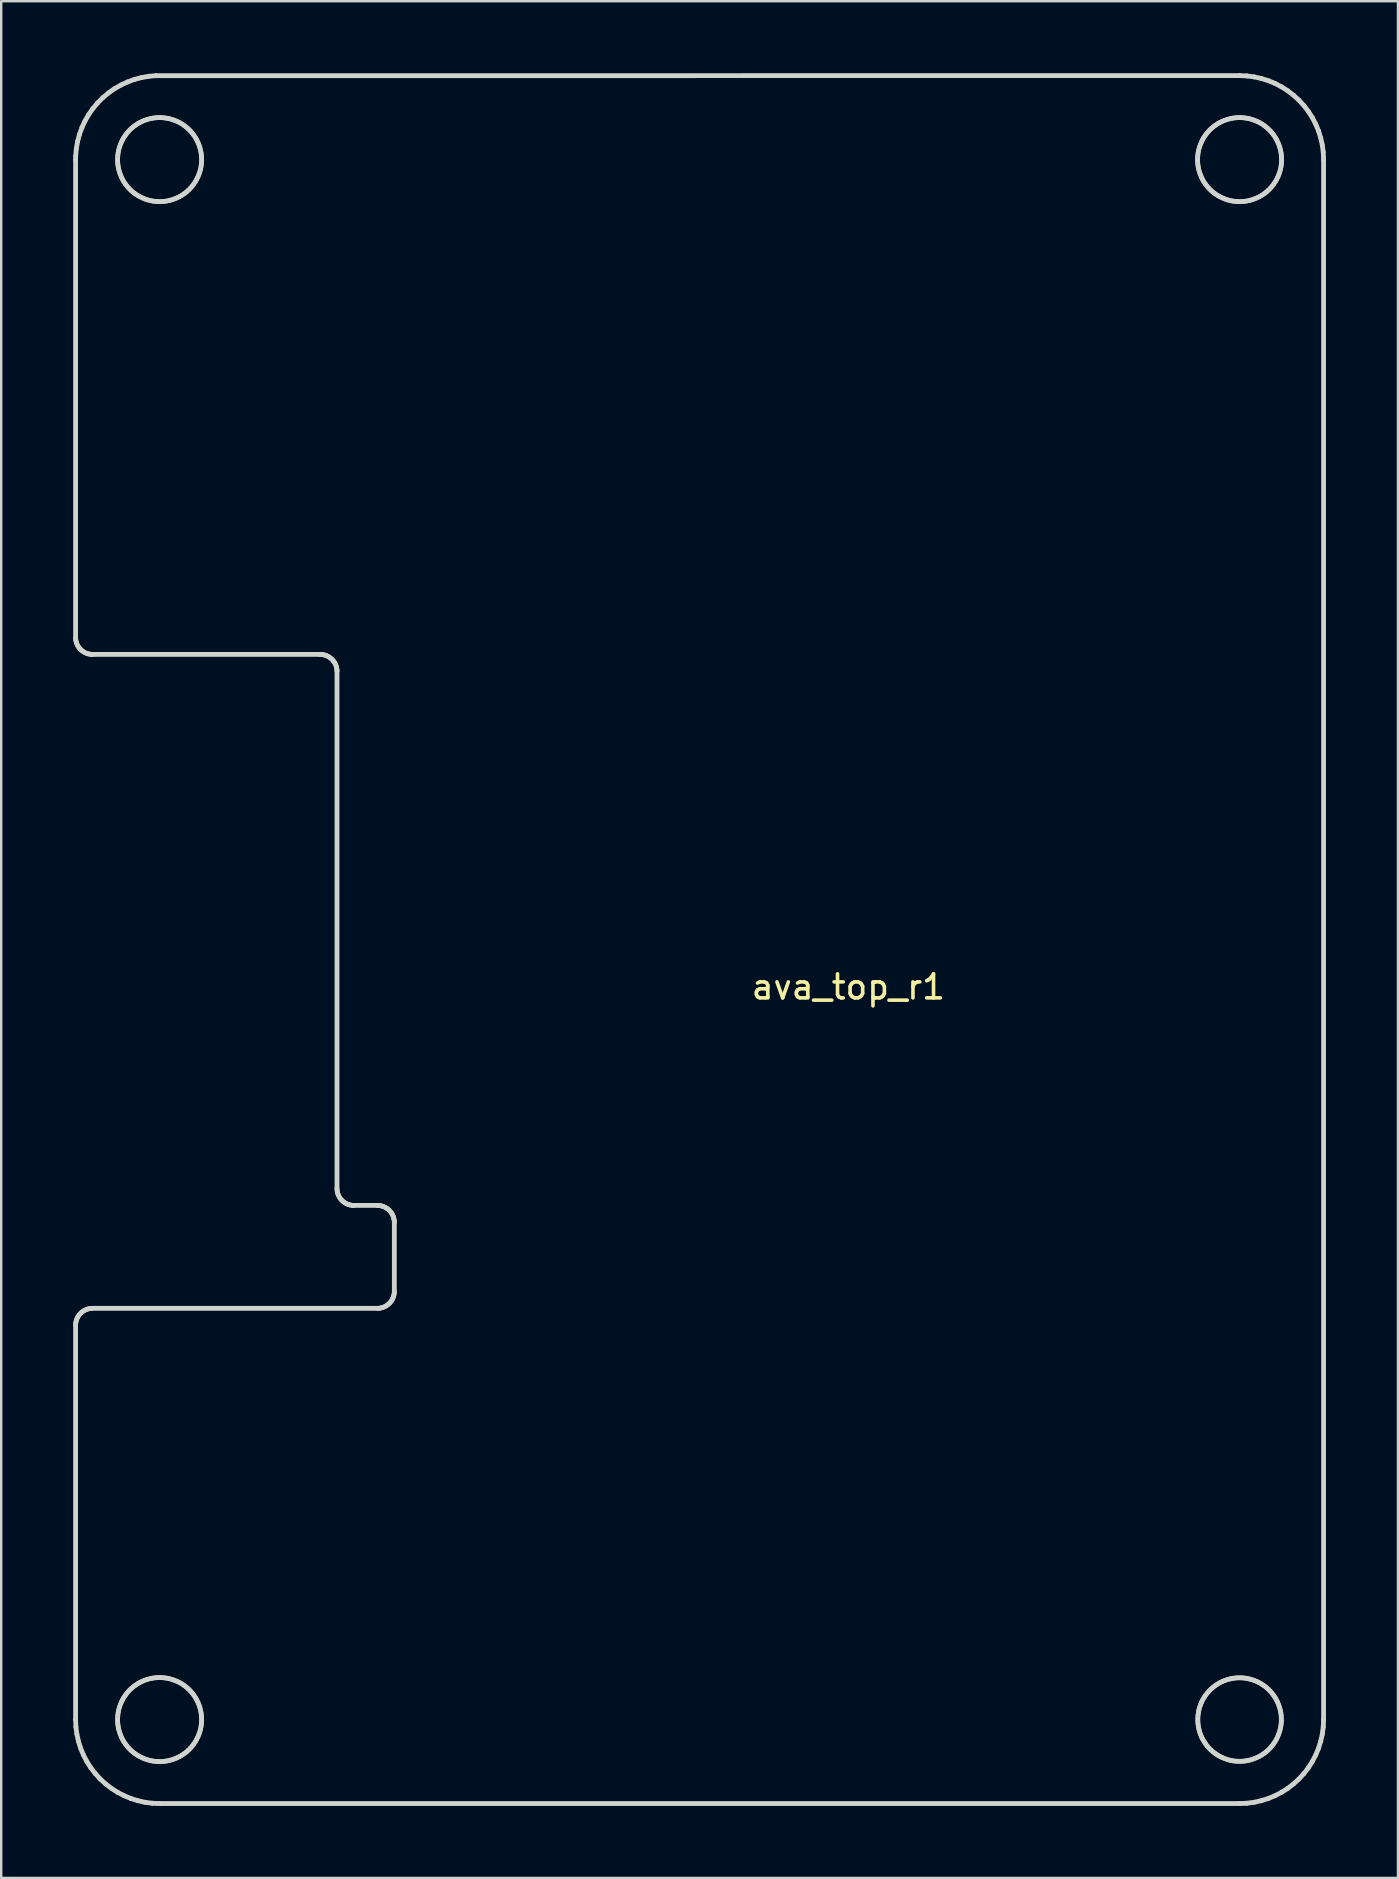
<source format=kicad_pcb>
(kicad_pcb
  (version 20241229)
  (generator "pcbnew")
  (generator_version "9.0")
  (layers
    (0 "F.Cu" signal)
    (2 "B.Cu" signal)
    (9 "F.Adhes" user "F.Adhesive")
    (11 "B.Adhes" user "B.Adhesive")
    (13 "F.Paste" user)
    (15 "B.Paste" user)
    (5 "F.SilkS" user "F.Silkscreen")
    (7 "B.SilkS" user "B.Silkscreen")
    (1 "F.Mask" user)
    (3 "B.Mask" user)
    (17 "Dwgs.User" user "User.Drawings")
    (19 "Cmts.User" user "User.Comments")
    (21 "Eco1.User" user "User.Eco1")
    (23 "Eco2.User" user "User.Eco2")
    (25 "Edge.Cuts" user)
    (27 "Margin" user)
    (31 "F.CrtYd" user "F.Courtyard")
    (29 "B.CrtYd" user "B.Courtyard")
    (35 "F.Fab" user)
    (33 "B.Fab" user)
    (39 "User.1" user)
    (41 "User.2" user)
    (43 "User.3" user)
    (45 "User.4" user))
  (footprint "ava_top_r1"
    (layer "F.Cu")
    (at 32.3 37.574)
    (property "Reference" "ava_top_r1" (at 0 0.5 0) (layer "F.SilkS") (effects (font (size 1 1) (thickness 0.15))))
    (attr through_hole)
    (fp_line (start -32.2 -33.974) (end -32.2 -14.063) (stroke (width 0.2) (type solid)) (layer "Edge.Cuts"))
    (fp_line (start -32.2 -14.063) (end -32.197 -14.002) (stroke (width 0.2) (type solid)) (layer "Edge.Cuts"))
    (fp_line (start -32.2 14.598) (end -32.2 31.026) (stroke (width 0.2) (type solid)) (layer "Edge.Cuts"))
    (fp_line (start -32.2 31.026) (end -32.2 31.026) (stroke (width 0.2) (type solid)) (layer "Edge.Cuts"))
    (fp_line (start -32.2 31.026) (end -32.187 31.331) (stroke (width 0.2) (type solid)) (layer "Edge.Cuts"))
    (fp_line (start -32.197 -14.002) (end -32.189 -13.941) (stroke (width 0.2) (type solid)) (layer "Edge.Cuts"))
    (fp_line (start -32.197 14.537) (end -32.2 14.598) (stroke (width 0.2) (type solid)) (layer "Edge.Cuts"))
    (fp_line (start -32.197 -34.126) (end -32.2 -33.974) (stroke (width 0.2) (type solid)) (layer "Edge.Cuts"))
    (fp_line (start -32.189 -13.941) (end -32.176 -13.88) (stroke (width 0.2) (type solid)) (layer "Edge.Cuts"))
    (fp_line (start -32.189 14.476) (end -32.197 14.537) (stroke (width 0.2) (type solid)) (layer "Edge.Cuts"))
    (fp_line (start -32.187 31.331) (end -32.147 31.634) (stroke (width 0.2) (type solid)) (layer "Edge.Cuts"))
    (fp_line (start -32.176 -13.88) (end -32.157 -13.821) (stroke (width 0.2) (type solid)) (layer "Edge.Cuts"))
    (fp_line (start -32.176 14.415) (end -32.189 14.476) (stroke (width 0.2) (type solid)) (layer "Edge.Cuts"))
    (fp_line (start -32.17 -34.43) (end -32.197 -34.126) (stroke (width 0.2) (type solid)) (layer "Edge.Cuts"))
    (fp_line (start -32.157 -13.821) (end -32.134 -13.764) (stroke (width 0.2) (type solid)) (layer "Edge.Cuts"))
    (fp_line (start -32.157 14.357) (end -32.176 14.415) (stroke (width 0.2) (type solid)) (layer "Edge.Cuts"))
    (fp_line (start -32.147 31.634) (end -32.081 31.932) (stroke (width 0.2) (type solid)) (layer "Edge.Cuts"))
    (fp_line (start -32.134 -13.764) (end -32.105 -13.71) (stroke (width 0.2) (type solid)) (layer "Edge.Cuts"))
    (fp_line (start -32.134 14.3) (end -32.157 14.357) (stroke (width 0.2) (type solid)) (layer "Edge.Cuts"))
    (fp_line (start -32.117 -34.731) (end -32.17 -34.43) (stroke (width 0.2) (type solid)) (layer "Edge.Cuts"))
    (fp_line (start -32.105 -13.71) (end -32.072 -13.658) (stroke (width 0.2) (type solid)) (layer "Edge.Cuts"))
    (fp_line (start -32.105 14.245) (end -32.134 14.3) (stroke (width 0.2) (type solid)) (layer "Edge.Cuts"))
    (fp_line (start -32.081 31.932) (end -31.989 32.223) (stroke (width 0.2) (type solid)) (layer "Edge.Cuts"))
    (fp_line (start -32.072 -13.658) (end -32.034 -13.609) (stroke (width 0.2) (type solid)) (layer "Edge.Cuts"))
    (fp_line (start -32.072 14.193) (end -32.105 14.245) (stroke (width 0.2) (type solid)) (layer "Edge.Cuts"))
    (fp_line (start -32.038 -35.026) (end -32.117 -34.731) (stroke (width 0.2) (type solid)) (layer "Edge.Cuts"))
    (fp_line (start -32.034 -13.609) (end -31.993 -13.563) (stroke (width 0.2) (type solid)) (layer "Edge.Cuts"))
    (fp_line (start -32.034 14.144) (end -32.072 14.193) (stroke (width 0.2) (type solid)) (layer "Edge.Cuts"))
    (fp_line (start -31.993 -13.563) (end -31.947 -13.522) (stroke (width 0.2) (type solid)) (layer "Edge.Cuts"))
    (fp_line (start -31.993 14.098) (end -32.034 14.144) (stroke (width 0.2) (type solid)) (layer "Edge.Cuts"))
    (fp_line (start -31.989 32.223) (end -31.872 32.505) (stroke (width 0.2) (type solid)) (layer "Edge.Cuts"))
    (fp_line (start -31.947 -13.522) (end -31.898 -13.484) (stroke (width 0.2) (type solid)) (layer "Edge.Cuts"))
    (fp_line (start -31.947 14.057) (end -31.993 14.098) (stroke (width 0.2) (type solid)) (layer "Edge.Cuts"))
    (fp_line (start -31.934 -35.313) (end -32.038 -35.026) (stroke (width 0.2) (type solid)) (layer "Edge.Cuts"))
    (fp_line (start -31.898 -13.484) (end -31.846 -13.451) (stroke (width 0.2) (type solid)) (layer "Edge.Cuts"))
    (fp_line (start -31.898 14.019) (end -31.947 14.057) (stroke (width 0.2) (type solid)) (layer "Edge.Cuts"))
    (fp_line (start -31.872 32.505) (end -31.731 32.776) (stroke (width 0.2) (type solid)) (layer "Edge.Cuts"))
    (fp_line (start -31.846 -13.451) (end -31.792 -13.422) (stroke (width 0.2) (type solid)) (layer "Edge.Cuts"))
    (fp_line (start -31.846 13.986) (end -31.898 14.019) (stroke (width 0.2) (type solid)) (layer "Edge.Cuts"))
    (fp_line (start -31.805 -35.59) (end -31.934 -35.313) (stroke (width 0.2) (type solid)) (layer "Edge.Cuts"))
    (fp_line (start -31.792 -13.422) (end -31.735 -13.399) (stroke (width 0.2) (type solid)) (layer "Edge.Cuts"))
    (fp_line (start -31.792 13.958) (end -31.846 13.986) (stroke (width 0.2) (type solid)) (layer "Edge.Cuts"))
    (fp_line (start -31.735 -13.399) (end -31.676 -13.38) (stroke (width 0.2) (type solid)) (layer "Edge.Cuts"))
    (fp_line (start -31.735 13.934) (end -31.792 13.958) (stroke (width 0.2) (type solid)) (layer "Edge.Cuts"))
    (fp_line (start -31.731 32.776) (end -31.567 33.034) (stroke (width 0.2) (type solid)) (layer "Edge.Cuts"))
    (fp_line (start -31.676 -13.38) (end -31.616 -13.367) (stroke (width 0.2) (type solid)) (layer "Edge.Cuts"))
    (fp_line (start -31.676 13.915) (end -31.735 13.934) (stroke (width 0.2) (type solid)) (layer "Edge.Cuts"))
    (fp_line (start -31.652 -35.854) (end -31.805 -35.59) (stroke (width 0.2) (type solid)) (layer "Edge.Cuts"))
    (fp_line (start -31.616 -13.367) (end -31.554 -13.359) (stroke (width 0.2) (type solid)) (layer "Edge.Cuts"))
    (fp_line (start -31.616 13.902) (end -31.676 13.915) (stroke (width 0.2) (type solid)) (layer "Edge.Cuts"))
    (fp_line (start -31.567 33.034) (end -31.381 33.276) (stroke (width 0.2) (type solid)) (layer "Edge.Cuts"))
    (fp_line (start -31.554 -13.359) (end -31.493 -13.356) (stroke (width 0.2) (type solid)) (layer "Edge.Cuts"))
    (fp_line (start -31.554 13.894) (end -31.616 13.902) (stroke (width 0.2) (type solid)) (layer "Edge.Cuts"))
    (fp_line (start -31.493 -13.356) (end -22.015 -13.356) (stroke (width 0.2) (type solid)) (layer "Edge.Cuts"))
    (fp_line (start -31.493 13.891) (end -31.554 13.894) (stroke (width 0.2) (type solid)) (layer "Edge.Cuts"))
    (fp_line (start -31.477 -36.104) (end -31.652 -35.854) (stroke (width 0.2) (type solid)) (layer "Edge.Cuts"))
    (fp_line (start -31.381 33.276) (end -31.175 33.501) (stroke (width 0.2) (type solid)) (layer "Edge.Cuts"))
    (fp_line (start -31.281 -36.338) (end -31.477 -36.104) (stroke (width 0.2) (type solid)) (layer "Edge.Cuts"))
    (fp_line (start -31.175 33.501) (end -30.95 33.707) (stroke (width 0.2) (type solid)) (layer "Edge.Cuts"))
    (fp_line (start -31.065 -36.554) (end -31.281 -36.338) (stroke (width 0.2) (type solid)) (layer "Edge.Cuts"))
    (fp_line (start -30.95 33.707) (end -30.707 33.893) (stroke (width 0.2) (type solid)) (layer "Edge.Cuts"))
    (fp_line (start -30.831 -36.75) (end -31.065 -36.554) (stroke (width 0.2) (type solid)) (layer "Edge.Cuts"))
    (fp_line (start -30.707 33.893) (end -30.45 34.057) (stroke (width 0.2) (type solid)) (layer "Edge.Cuts"))
    (fp_line (start -30.581 -36.926) (end -30.831 -36.75) (stroke (width 0.2) (type solid)) (layer "Edge.Cuts"))
    (fp_line (start -30.45 -34.031) (end -30.45 -33.917) (stroke (width 0.2) (type solid)) (layer "Edge.Cuts"))
    (fp_line (start -30.45 -33.917) (end -30.442 -33.802) (stroke (width 0.2) (type solid)) (layer "Edge.Cuts"))
    (fp_line (start -30.45 30.969) (end -30.45 31.083) (stroke (width 0.2) (type solid)) (layer "Edge.Cuts"))
    (fp_line (start -30.45 31.083) (end -30.442 31.198) (stroke (width 0.2) (type solid)) (layer "Edge.Cuts"))
    (fp_line (start -30.45 34.057) (end -30.179 34.198) (stroke (width 0.2) (type solid)) (layer "Edge.Cuts"))
    (fp_line (start -30.442 -34.146) (end -30.45 -34.031) (stroke (width 0.2) (type solid)) (layer "Edge.Cuts"))
    (fp_line (start -30.442 -33.802) (end -30.427 -33.689) (stroke (width 0.2) (type solid)) (layer "Edge.Cuts"))
    (fp_line (start -30.442 30.854) (end -30.45 30.969) (stroke (width 0.2) (type solid)) (layer "Edge.Cuts"))
    (fp_line (start -30.442 31.198) (end -30.427 31.311) (stroke (width 0.2) (type solid)) (layer "Edge.Cuts"))
    (fp_line (start -30.427 -34.259) (end -30.442 -34.146) (stroke (width 0.2) (type solid)) (layer "Edge.Cuts"))
    (fp_line (start -30.427 -33.689) (end -30.405 -33.576) (stroke (width 0.2) (type solid)) (layer "Edge.Cuts"))
    (fp_line (start -30.427 30.741) (end -30.442 30.854) (stroke (width 0.2) (type solid)) (layer "Edge.Cuts"))
    (fp_line (start -30.427 31.311) (end -30.405 31.424) (stroke (width 0.2) (type solid)) (layer "Edge.Cuts"))
    (fp_line (start -30.405 -34.371) (end -30.427 -34.259) (stroke (width 0.2) (type solid)) (layer "Edge.Cuts"))
    (fp_line (start -30.405 -33.576) (end -30.375 -33.466) (stroke (width 0.2) (type solid)) (layer "Edge.Cuts"))
    (fp_line (start -30.405 30.629) (end -30.427 30.741) (stroke (width 0.2) (type solid)) (layer "Edge.Cuts"))
    (fp_line (start -30.405 31.424) (end -30.375 31.534) (stroke (width 0.2) (type solid)) (layer "Edge.Cuts"))
    (fp_line (start -30.375 -34.482) (end -30.405 -34.371) (stroke (width 0.2) (type solid)) (layer "Edge.Cuts"))
    (fp_line (start -30.375 -33.466) (end -30.339 -33.357) (stroke (width 0.2) (type solid)) (layer "Edge.Cuts"))
    (fp_line (start -30.375 30.518) (end -30.405 30.629) (stroke (width 0.2) (type solid)) (layer "Edge.Cuts"))
    (fp_line (start -30.375 31.534) (end -30.339 31.643) (stroke (width 0.2) (type solid)) (layer "Edge.Cuts"))
    (fp_line (start -30.339 -34.591) (end -30.375 -34.482) (stroke (width 0.2) (type solid)) (layer "Edge.Cuts"))
    (fp_line (start -30.339 -33.357) (end -30.295 -33.251) (stroke (width 0.2) (type solid)) (layer "Edge.Cuts"))
    (fp_line (start -30.339 30.409) (end -30.375 30.518) (stroke (width 0.2) (type solid)) (layer "Edge.Cuts"))
    (fp_line (start -30.339 31.643) (end -30.295 31.749) (stroke (width 0.2) (type solid)) (layer "Edge.Cuts"))
    (fp_line (start -30.316 -37.078) (end -30.581 -36.926) (stroke (width 0.2) (type solid)) (layer "Edge.Cuts"))
    (fp_line (start -30.295 -34.697) (end -30.339 -34.591) (stroke (width 0.2) (type solid)) (layer "Edge.Cuts"))
    (fp_line (start -30.295 -33.251) (end -30.244 -33.149) (stroke (width 0.2) (type solid)) (layer "Edge.Cuts"))
    (fp_line (start -30.295 30.303) (end -30.339 30.409) (stroke (width 0.2) (type solid)) (layer "Edge.Cuts"))
    (fp_line (start -30.295 31.749) (end -30.244 31.851) (stroke (width 0.2) (type solid)) (layer "Edge.Cuts"))
    (fp_line (start -30.244 -34.799) (end -30.295 -34.697) (stroke (width 0.2) (type solid)) (layer "Edge.Cuts"))
    (fp_line (start -30.244 -33.149) (end -30.187 -33.049) (stroke (width 0.2) (type solid)) (layer "Edge.Cuts"))
    (fp_line (start -30.244 30.201) (end -30.295 30.303) (stroke (width 0.2) (type solid)) (layer "Edge.Cuts"))
    (fp_line (start -30.244 31.851) (end -30.187 31.951) (stroke (width 0.2) (type solid)) (layer "Edge.Cuts"))
    (fp_line (start -30.187 -34.899) (end -30.244 -34.799) (stroke (width 0.2) (type solid)) (layer "Edge.Cuts"))
    (fp_line (start -30.187 -33.049) (end -30.123 -32.954) (stroke (width 0.2) (type solid)) (layer "Edge.Cuts"))
    (fp_line (start -30.187 30.101) (end -30.244 30.201) (stroke (width 0.2) (type solid)) (layer "Edge.Cuts"))
    (fp_line (start -30.187 31.951) (end -30.123 32.046) (stroke (width 0.2) (type solid)) (layer "Edge.Cuts"))
    (fp_line (start -30.179 34.198) (end -29.897 34.315) (stroke (width 0.2) (type solid)) (layer "Edge.Cuts"))
    (fp_line (start -30.123 -34.994) (end -30.187 -34.899) (stroke (width 0.2) (type solid)) (layer "Edge.Cuts"))
    (fp_line (start -30.123 -32.954) (end -30.053 -32.863) (stroke (width 0.2) (type solid)) (layer "Edge.Cuts"))
    (fp_line (start -30.123 30.006) (end -30.187 30.101) (stroke (width 0.2) (type solid)) (layer "Edge.Cuts"))
    (fp_line (start -30.123 32.046) (end -30.053 32.137) (stroke (width 0.2) (type solid)) (layer "Edge.Cuts"))
    (fp_line (start -30.053 -35.085) (end -30.123 -34.994) (stroke (width 0.2) (type solid)) (layer "Edge.Cuts"))
    (fp_line (start -30.053 -32.863) (end -29.978 -32.777) (stroke (width 0.2) (type solid)) (layer "Edge.Cuts"))
    (fp_line (start -30.053 29.915) (end -30.123 30.006) (stroke (width 0.2) (type solid)) (layer "Edge.Cuts"))
    (fp_line (start -30.053 32.137) (end -29.978 32.223) (stroke (width 0.2) (type solid)) (layer "Edge.Cuts"))
    (fp_line (start -30.04 -37.207) (end -30.316 -37.078) (stroke (width 0.2) (type solid)) (layer "Edge.Cuts"))
    (fp_line (start -29.978 -35.171) (end -30.053 -35.085) (stroke (width 0.2) (type solid)) (layer "Edge.Cuts"))
    (fp_line (start -29.978 -32.777) (end -29.897 -32.696) (stroke (width 0.2) (type solid)) (layer "Edge.Cuts"))
    (fp_line (start -29.978 29.829) (end -30.053 29.915) (stroke (width 0.2) (type solid)) (layer "Edge.Cuts"))
    (fp_line (start -29.978 32.223) (end -29.897 32.304) (stroke (width 0.2) (type solid)) (layer "Edge.Cuts"))
    (fp_line (start -29.897 34.315) (end -29.606 34.407) (stroke (width 0.2) (type solid)) (layer "Edge.Cuts"))
    (fp_line (start -29.897 -35.252) (end -29.978 -35.171) (stroke (width 0.2) (type solid)) (layer "Edge.Cuts"))
    (fp_line (start -29.897 -32.696) (end -29.811 -32.62) (stroke (width 0.2) (type solid)) (layer "Edge.Cuts"))
    (fp_line (start -29.897 29.748) (end -29.978 29.829) (stroke (width 0.2) (type solid)) (layer "Edge.Cuts"))
    (fp_line (start -29.897 32.304) (end -29.811 32.38) (stroke (width 0.2) (type solid)) (layer "Edge.Cuts"))
    (fp_line (start -29.811 -35.327) (end -29.897 -35.252) (stroke (width 0.2) (type solid)) (layer "Edge.Cuts"))
    (fp_line (start -29.811 -32.62) (end -29.72 -32.551) (stroke (width 0.2) (type solid)) (layer "Edge.Cuts"))
    (fp_line (start -29.811 29.673) (end -29.897 29.748) (stroke (width 0.2) (type solid)) (layer "Edge.Cuts"))
    (fp_line (start -29.811 32.38) (end -29.72 32.449) (stroke (width 0.2) (type solid)) (layer "Edge.Cuts"))
    (fp_line (start -29.753 -37.312) (end -30.04 -37.207) (stroke (width 0.2) (type solid)) (layer "Edge.Cuts"))
    (fp_line (start -29.72 -35.397) (end -29.811 -35.327) (stroke (width 0.2) (type solid)) (layer "Edge.Cuts"))
    (fp_line (start -29.72 -32.551) (end -29.624 -32.487) (stroke (width 0.2) (type solid)) (layer "Edge.Cuts"))
    (fp_line (start -29.72 29.603) (end -29.811 29.673) (stroke (width 0.2) (type solid)) (layer "Edge.Cuts"))
    (fp_line (start -29.72 32.449) (end -29.624 32.513) (stroke (width 0.2) (type solid)) (layer "Edge.Cuts"))
    (fp_line (start -29.624 -35.461) (end -29.72 -35.397) (stroke (width 0.2) (type solid)) (layer "Edge.Cuts"))
    (fp_line (start -29.624 -32.487) (end -29.525 -32.43) (stroke (width 0.2) (type solid)) (layer "Edge.Cuts"))
    (fp_line (start -29.624 29.539) (end -29.72 29.603) (stroke (width 0.2) (type solid)) (layer "Edge.Cuts"))
    (fp_line (start -29.624 32.513) (end -29.525 32.57) (stroke (width 0.2) (type solid)) (layer "Edge.Cuts"))
    (fp_line (start -29.606 34.407) (end -29.308 34.473) (stroke (width 0.2) (type solid)) (layer "Edge.Cuts"))
    (fp_line (start -29.525 -35.518) (end -29.624 -35.461) (stroke (width 0.2) (type solid)) (layer "Edge.Cuts"))
    (fp_line (start -29.525 -32.43) (end -29.422 -32.379) (stroke (width 0.2) (type solid)) (layer "Edge.Cuts"))
    (fp_line (start -29.525 29.482) (end -29.624 29.539) (stroke (width 0.2) (type solid)) (layer "Edge.Cuts"))
    (fp_line (start -29.525 32.57) (end -29.422 32.621) (stroke (width 0.2) (type solid)) (layer "Edge.Cuts"))
    (fp_line (start -29.458 -37.391) (end -29.753 -37.312) (stroke (width 0.2) (type solid)) (layer "Edge.Cuts"))
    (fp_line (start -29.422 -35.569) (end -29.525 -35.518) (stroke (width 0.2) (type solid)) (layer "Edge.Cuts"))
    (fp_line (start -29.422 -32.379) (end -29.317 -32.335) (stroke (width 0.2) (type solid)) (layer "Edge.Cuts"))
    (fp_line (start -29.422 29.431) (end -29.525 29.482) (stroke (width 0.2) (type solid)) (layer "Edge.Cuts"))
    (fp_line (start -29.422 32.621) (end -29.317 32.665) (stroke (width 0.2) (type solid)) (layer "Edge.Cuts"))
    (fp_line (start -29.317 -35.613) (end -29.422 -35.569) (stroke (width 0.2) (type solid)) (layer "Edge.Cuts"))
    (fp_line (start -29.317 -32.335) (end -29.208 -32.298) (stroke (width 0.2) (type solid)) (layer "Edge.Cuts"))
    (fp_line (start -29.317 29.387) (end -29.422 29.431) (stroke (width 0.2) (type solid)) (layer "Edge.Cuts"))
    (fp_line (start -29.317 32.665) (end -29.208 32.702) (stroke (width 0.2) (type solid)) (layer "Edge.Cuts"))
    (fp_line (start -29.308 34.473) (end -29.005 34.513) (stroke (width 0.2) (type solid)) (layer "Edge.Cuts"))
    (fp_line (start -29.208 -35.649) (end -29.317 -35.613) (stroke (width 0.2) (type solid)) (layer "Edge.Cuts"))
    (fp_line (start -29.208 -32.298) (end -29.097 -32.269) (stroke (width 0.2) (type solid)) (layer "Edge.Cuts"))
    (fp_line (start -29.208 29.351) (end -29.317 29.387) (stroke (width 0.2) (type solid)) (layer "Edge.Cuts"))
    (fp_line (start -29.208 32.702) (end -29.097 32.731) (stroke (width 0.2) (type solid)) (layer "Edge.Cuts"))
    (fp_line (start -29.157 -37.444) (end -29.458 -37.391) (stroke (width 0.2) (type solid)) (layer "Edge.Cuts"))
    (fp_line (start -29.097 -35.679) (end -29.208 -35.649) (stroke (width 0.2) (type solid)) (layer "Edge.Cuts"))
    (fp_line (start -29.097 -32.269) (end -28.985 -32.246) (stroke (width 0.2) (type solid)) (layer "Edge.Cuts"))
    (fp_line (start -29.097 29.321) (end -29.208 29.351) (stroke (width 0.2) (type solid)) (layer "Edge.Cuts"))
    (fp_line (start -29.097 32.731) (end -28.985 32.754) (stroke (width 0.2) (type solid)) (layer "Edge.Cuts"))
    (fp_line (start -29.005 34.513) (end -28.7 34.526) (stroke (width 0.2) (type solid)) (layer "Edge.Cuts"))
    (fp_line (start -28.985 -35.701) (end -29.097 -35.679) (stroke (width 0.2) (type solid)) (layer "Edge.Cuts"))
    (fp_line (start -28.985 -32.246) (end -28.871 -32.231) (stroke (width 0.2) (type solid)) (layer "Edge.Cuts"))
    (fp_line (start -28.985 29.299) (end -29.097 29.321) (stroke (width 0.2) (type solid)) (layer "Edge.Cuts"))
    (fp_line (start -28.985 32.754) (end -28.871 32.769) (stroke (width 0.2) (type solid)) (layer "Edge.Cuts"))
    (fp_line (start -28.871 -35.716) (end -28.985 -35.701) (stroke (width 0.2) (type solid)) (layer "Edge.Cuts"))
    (fp_line (start -28.871 -32.231) (end -28.757 -32.224) (stroke (width 0.2) (type solid)) (layer "Edge.Cuts"))
    (fp_line (start -28.871 29.284) (end -28.985 29.299) (stroke (width 0.2) (type solid)) (layer "Edge.Cuts"))
    (fp_line (start -28.871 32.769) (end -28.757 32.776) (stroke (width 0.2) (type solid)) (layer "Edge.Cuts"))
    (fp_line (start -28.853 -37.471) (end -29.157 -37.444) (stroke (width 0.2) (type solid)) (layer "Edge.Cuts"))
    (fp_line (start -28.757 -35.724) (end -28.871 -35.716) (stroke (width 0.2) (type solid)) (layer "Edge.Cuts"))
    (fp_line (start -28.757 -32.224) (end -28.643 -32.224) (stroke (width 0.2) (type solid)) (layer "Edge.Cuts"))
    (fp_line (start -28.757 29.276) (end -28.871 29.284) (stroke (width 0.2) (type solid)) (layer "Edge.Cuts"))
    (fp_line (start -28.757 32.776) (end -28.643 32.776) (stroke (width 0.2) (type solid)) (layer "Edge.Cuts"))
    (fp_line (start -28.7 34.526) (end 16.3 34.526) (stroke (width 0.2) (type solid)) (layer "Edge.Cuts"))
    (fp_line (start -28.643 -35.724) (end -28.757 -35.724) (stroke (width 0.2) (type solid)) (layer "Edge.Cuts"))
    (fp_line (start -28.643 -32.224) (end -28.528 -32.231) (stroke (width 0.2) (type solid)) (layer "Edge.Cuts"))
    (fp_line (start -28.643 29.276) (end -28.757 29.276) (stroke (width 0.2) (type solid)) (layer "Edge.Cuts"))
    (fp_line (start -28.643 32.776) (end -28.528 32.769) (stroke (width 0.2) (type solid)) (layer "Edge.Cuts"))
    (fp_line (start -28.528 -35.716) (end -28.643 -35.724) (stroke (width 0.2) (type solid)) (layer "Edge.Cuts"))
    (fp_line (start -28.528 -32.231) (end -28.415 -32.246) (stroke (width 0.2) (type solid)) (layer "Edge.Cuts"))
    (fp_line (start -28.528 29.284) (end -28.643 29.276) (stroke (width 0.2) (type solid)) (layer "Edge.Cuts"))
    (fp_line (start -28.528 32.769) (end -28.415 32.754) (stroke (width 0.2) (type solid)) (layer "Edge.Cuts"))
    (fp_line (start -28.415 -35.701) (end -28.528 -35.716) (stroke (width 0.2) (type solid)) (layer "Edge.Cuts"))
    (fp_line (start -28.415 -32.246) (end -28.302 -32.269) (stroke (width 0.2) (type solid)) (layer "Edge.Cuts"))
    (fp_line (start -28.415 29.299) (end -28.528 29.284) (stroke (width 0.2) (type solid)) (layer "Edge.Cuts"))
    (fp_line (start -28.415 32.754) (end -28.302 32.731) (stroke (width 0.2) (type solid)) (layer "Edge.Cuts"))
    (fp_line (start -28.302 -35.679) (end -28.415 -35.701) (stroke (width 0.2) (type solid)) (layer "Edge.Cuts"))
    (fp_line (start -28.302 -32.269) (end -28.192 -32.298) (stroke (width 0.2) (type solid)) (layer "Edge.Cuts"))
    (fp_line (start -28.302 29.321) (end -28.415 29.299) (stroke (width 0.2) (type solid)) (layer "Edge.Cuts"))
    (fp_line (start -28.302 32.731) (end -28.192 32.702) (stroke (width 0.2) (type solid)) (layer "Edge.Cuts"))
    (fp_line (start -28.192 -35.649) (end -28.302 -35.679) (stroke (width 0.2) (type solid)) (layer "Edge.Cuts"))
    (fp_line (start -28.192 -32.298) (end -28.083 -32.335) (stroke (width 0.2) (type solid)) (layer "Edge.Cuts"))
    (fp_line (start -28.192 29.351) (end -28.302 29.321) (stroke (width 0.2) (type solid)) (layer "Edge.Cuts"))
    (fp_line (start -28.192 32.702) (end -28.083 32.665) (stroke (width 0.2) (type solid)) (layer "Edge.Cuts"))
    (fp_line (start -28.083 -35.613) (end -28.192 -35.649) (stroke (width 0.2) (type solid)) (layer "Edge.Cuts"))
    (fp_line (start -28.083 -32.335) (end -27.977 -32.379) (stroke (width 0.2) (type solid)) (layer "Edge.Cuts"))
    (fp_line (start -28.083 29.387) (end -28.192 29.351) (stroke (width 0.2) (type solid)) (layer "Edge.Cuts"))
    (fp_line (start -28.083 32.665) (end -27.977 32.621) (stroke (width 0.2) (type solid)) (layer "Edge.Cuts"))
    (fp_line (start -27.977 -35.569) (end -28.083 -35.613) (stroke (width 0.2) (type solid)) (layer "Edge.Cuts"))
    (fp_line (start -27.977 -32.379) (end -27.874 -32.43) (stroke (width 0.2) (type solid)) (layer "Edge.Cuts"))
    (fp_line (start -27.977 29.431) (end -28.083 29.387) (stroke (width 0.2) (type solid)) (layer "Edge.Cuts"))
    (fp_line (start -27.977 32.621) (end -27.874 32.57) (stroke (width 0.2) (type solid)) (layer "Edge.Cuts"))
    (fp_line (start -27.874 -35.518) (end -27.977 -35.569) (stroke (width 0.2) (type solid)) (layer "Edge.Cuts"))
    (fp_line (start -27.874 -32.43) (end -27.775 -32.487) (stroke (width 0.2) (type solid)) (layer "Edge.Cuts"))
    (fp_line (start -27.874 29.482) (end -27.977 29.431) (stroke (width 0.2) (type solid)) (layer "Edge.Cuts"))
    (fp_line (start -27.874 32.57) (end -27.775 32.513) (stroke (width 0.2) (type solid)) (layer "Edge.Cuts"))
    (fp_line (start -27.775 -35.461) (end -27.874 -35.518) (stroke (width 0.2) (type solid)) (layer "Edge.Cuts"))
    (fp_line (start -27.775 -32.487) (end -27.68 -32.551) (stroke (width 0.2) (type solid)) (layer "Edge.Cuts"))
    (fp_line (start -27.775 29.539) (end -27.874 29.482) (stroke (width 0.2) (type solid)) (layer "Edge.Cuts"))
    (fp_line (start -27.775 32.513) (end -27.68 32.449) (stroke (width 0.2) (type solid)) (layer "Edge.Cuts"))
    (fp_line (start -27.68 -35.397) (end -27.775 -35.461) (stroke (width 0.2) (type solid)) (layer "Edge.Cuts"))
    (fp_line (start -27.68 -32.551) (end -27.589 -32.62) (stroke (width 0.2) (type solid)) (layer "Edge.Cuts"))
    (fp_line (start -27.68 29.603) (end -27.775 29.539) (stroke (width 0.2) (type solid)) (layer "Edge.Cuts"))
    (fp_line (start -27.68 32.449) (end -27.589 32.38) (stroke (width 0.2) (type solid)) (layer "Edge.Cuts"))
    (fp_line (start -27.589 -35.327) (end -27.68 -35.397) (stroke (width 0.2) (type solid)) (layer "Edge.Cuts"))
    (fp_line (start -27.589 -32.62) (end -27.503 -32.696) (stroke (width 0.2) (type solid)) (layer "Edge.Cuts"))
    (fp_line (start -27.589 29.673) (end -27.68 29.603) (stroke (width 0.2) (type solid)) (layer "Edge.Cuts"))
    (fp_line (start -27.589 32.38) (end -27.503 32.304) (stroke (width 0.2) (type solid)) (layer "Edge.Cuts"))
    (fp_line (start -27.503 -35.252) (end -27.589 -35.327) (stroke (width 0.2) (type solid)) (layer "Edge.Cuts"))
    (fp_line (start -27.503 -32.696) (end -27.422 -32.777) (stroke (width 0.2) (type solid)) (layer "Edge.Cuts"))
    (fp_line (start -27.503 29.748) (end -27.589 29.673) (stroke (width 0.2) (type solid)) (layer "Edge.Cuts"))
    (fp_line (start -27.503 32.304) (end -27.422 32.223) (stroke (width 0.2) (type solid)) (layer "Edge.Cuts"))
    (fp_line (start -27.422 -35.171) (end -27.503 -35.252) (stroke (width 0.2) (type solid)) (layer "Edge.Cuts"))
    (fp_line (start -27.422 -32.777) (end -27.346 -32.863) (stroke (width 0.2) (type solid)) (layer "Edge.Cuts"))
    (fp_line (start -27.422 29.829) (end -27.503 29.748) (stroke (width 0.2) (type solid)) (layer "Edge.Cuts"))
    (fp_line (start -27.422 32.223) (end -27.346 32.137) (stroke (width 0.2) (type solid)) (layer "Edge.Cuts"))
    (fp_line (start -27.346 -35.085) (end -27.422 -35.171) (stroke (width 0.2) (type solid)) (layer "Edge.Cuts"))
    (fp_line (start -27.346 -32.863) (end -27.277 -32.954) (stroke (width 0.2) (type solid)) (layer "Edge.Cuts"))
    (fp_line (start -27.346 29.915) (end -27.422 29.829) (stroke (width 0.2) (type solid)) (layer "Edge.Cuts"))
    (fp_line (start -27.346 32.137) (end -27.277 32.046) (stroke (width 0.2) (type solid)) (layer "Edge.Cuts"))
    (fp_line (start -27.277 -34.994) (end -27.346 -35.085) (stroke (width 0.2) (type solid)) (layer "Edge.Cuts"))
    (fp_line (start -27.277 -32.954) (end -27.213 -33.049) (stroke (width 0.2) (type solid)) (layer "Edge.Cuts"))
    (fp_line (start -27.277 30.006) (end -27.346 29.915) (stroke (width 0.2) (type solid)) (layer "Edge.Cuts"))
    (fp_line (start -27.277 32.046) (end -27.213 31.951) (stroke (width 0.2) (type solid)) (layer "Edge.Cuts"))
    (fp_line (start -27.213 -34.899) (end -27.277 -34.994) (stroke (width 0.2) (type solid)) (layer "Edge.Cuts"))
    (fp_line (start -27.213 -33.049) (end -27.156 -33.149) (stroke (width 0.2) (type solid)) (layer "Edge.Cuts"))
    (fp_line (start -27.213 30.101) (end -27.277 30.006) (stroke (width 0.2) (type solid)) (layer "Edge.Cuts"))
    (fp_line (start -27.213 31.951) (end -27.156 31.851) (stroke (width 0.2) (type solid)) (layer "Edge.Cuts"))
    (fp_line (start -27.156 -34.799) (end -27.213 -34.899) (stroke (width 0.2) (type solid)) (layer "Edge.Cuts"))
    (fp_line (start -27.156 -33.149) (end -27.105 -33.251) (stroke (width 0.2) (type solid)) (layer "Edge.Cuts"))
    (fp_line (start -27.156 30.201) (end -27.213 30.101) (stroke (width 0.2) (type solid)) (layer "Edge.Cuts"))
    (fp_line (start -27.156 31.851) (end -27.105 31.749) (stroke (width 0.2) (type solid)) (layer "Edge.Cuts"))
    (fp_line (start -27.105 -34.697) (end -27.156 -34.799) (stroke (width 0.2) (type solid)) (layer "Edge.Cuts"))
    (fp_line (start -27.105 -33.251) (end -27.061 -33.357) (stroke (width 0.2) (type solid)) (layer "Edge.Cuts"))
    (fp_line (start -27.105 30.303) (end -27.156 30.201) (stroke (width 0.2) (type solid)) (layer "Edge.Cuts"))
    (fp_line (start -27.105 31.749) (end -27.061 31.643) (stroke (width 0.2) (type solid)) (layer "Edge.Cuts"))
    (fp_line (start -27.061 -34.591) (end -27.105 -34.697) (stroke (width 0.2) (type solid)) (layer "Edge.Cuts"))
    (fp_line (start -27.061 -33.357) (end -27.024 -33.466) (stroke (width 0.2) (type solid)) (layer "Edge.Cuts"))
    (fp_line (start -27.061 30.409) (end -27.105 30.303) (stroke (width 0.2) (type solid)) (layer "Edge.Cuts"))
    (fp_line (start -27.061 31.643) (end -27.024 31.534) (stroke (width 0.2) (type solid)) (layer "Edge.Cuts"))
    (fp_line (start -27.024 -34.482) (end -27.061 -34.591) (stroke (width 0.2) (type solid)) (layer "Edge.Cuts"))
    (fp_line (start -27.024 -33.466) (end -26.995 -33.576) (stroke (width 0.2) (type solid)) (layer "Edge.Cuts"))
    (fp_line (start -27.024 30.518) (end -27.061 30.409) (stroke (width 0.2) (type solid)) (layer "Edge.Cuts"))
    (fp_line (start -27.024 31.534) (end -26.995 31.424) (stroke (width 0.2) (type solid)) (layer "Edge.Cuts"))
    (fp_line (start -26.995 -34.371) (end -27.024 -34.482) (stroke (width 0.2) (type solid)) (layer "Edge.Cuts"))
    (fp_line (start -26.995 -33.576) (end -26.972 -33.689) (stroke (width 0.2) (type solid)) (layer "Edge.Cuts"))
    (fp_line (start -26.995 30.629) (end -27.024 30.518) (stroke (width 0.2) (type solid)) (layer "Edge.Cuts"))
    (fp_line (start -26.995 31.424) (end -26.972 31.311) (stroke (width 0.2) (type solid)) (layer "Edge.Cuts"))
    (fp_line (start -26.972 -34.259) (end -26.995 -34.371) (stroke (width 0.2) (type solid)) (layer "Edge.Cuts"))
    (fp_line (start -26.972 -33.689) (end -26.957 -33.802) (stroke (width 0.2) (type solid)) (layer "Edge.Cuts"))
    (fp_line (start -26.972 30.741) (end -26.995 30.629) (stroke (width 0.2) (type solid)) (layer "Edge.Cuts"))
    (fp_line (start -26.972 31.311) (end -26.957 31.198) (stroke (width 0.2) (type solid)) (layer "Edge.Cuts"))
    (fp_line (start -26.957 -34.146) (end -26.972 -34.259) (stroke (width 0.2) (type solid)) (layer "Edge.Cuts"))
    (fp_line (start -26.957 -33.802) (end -26.95 -33.917) (stroke (width 0.2) (type solid)) (layer "Edge.Cuts"))
    (fp_line (start -26.957 30.854) (end -26.972 30.741) (stroke (width 0.2) (type solid)) (layer "Edge.Cuts"))
    (fp_line (start -26.957 31.198) (end -26.95 31.083) (stroke (width 0.2) (type solid)) (layer "Edge.Cuts"))
    (fp_line (start -26.95 -34.031) (end -26.957 -34.146) (stroke (width 0.2) (type solid)) (layer "Edge.Cuts"))
    (fp_line (start -26.95 -33.917) (end -26.95 -34.031) (stroke (width 0.2) (type solid)) (layer "Edge.Cuts"))
    (fp_line (start -26.95 -33.917) (end -26.95 -33.917) (stroke (width 0.2) (type solid)) (layer "Edge.Cuts"))
    (fp_line (start -26.95 30.969) (end -26.957 30.854) (stroke (width 0.2) (type solid)) (layer "Edge.Cuts"))
    (fp_line (start -26.95 31.083) (end -26.95 30.969) (stroke (width 0.2) (type solid)) (layer "Edge.Cuts"))
    (fp_line (start -26.95 31.083) (end -26.95 31.083) (stroke (width 0.2) (type solid)) (layer "Edge.Cuts"))
    (fp_line (start -22.015 -13.356) (end -21.953 -13.354) (stroke (width 0.2) (type solid)) (layer "Edge.Cuts"))
    (fp_line (start -21.953 -13.354) (end -21.892 -13.345) (stroke (width 0.2) (type solid)) (layer "Edge.Cuts"))
    (fp_line (start -21.892 -13.345) (end -21.832 -13.332) (stroke (width 0.2) (type solid)) (layer "Edge.Cuts"))
    (fp_line (start -21.832 -13.332) (end -21.773 -13.314) (stroke (width 0.2) (type solid)) (layer "Edge.Cuts"))
    (fp_line (start -21.773 -13.314) (end -21.716 -13.29) (stroke (width 0.2) (type solid)) (layer "Edge.Cuts"))
    (fp_line (start -21.716 -13.29) (end -21.661 -13.261) (stroke (width 0.2) (type solid)) (layer "Edge.Cuts"))
    (fp_line (start -21.661 -13.261) (end -21.609 -13.228) (stroke (width 0.2) (type solid)) (layer "Edge.Cuts"))
    (fp_line (start -21.609 -13.228) (end -21.56 -13.191) (stroke (width 0.2) (type solid)) (layer "Edge.Cuts"))
    (fp_line (start -21.56 -13.191) (end -21.515 -13.149) (stroke (width 0.2) (type solid)) (layer "Edge.Cuts"))
    (fp_line (start -21.515 -13.149) (end -21.473 -13.104) (stroke (width 0.2) (type solid)) (layer "Edge.Cuts"))
    (fp_line (start -21.473 -13.104) (end -21.436 -13.055) (stroke (width 0.2) (type solid)) (layer "Edge.Cuts"))
    (fp_line (start -21.436 -13.055) (end -21.402 -13.003) (stroke (width 0.2) (type solid)) (layer "Edge.Cuts"))
    (fp_line (start -21.402 -13.003) (end -21.374 -12.948) (stroke (width 0.2) (type solid)) (layer "Edge.Cuts"))
    (fp_line (start -21.374 -12.948) (end -21.35 -12.891) (stroke (width 0.2) (type solid)) (layer "Edge.Cuts"))
    (fp_line (start -21.35 -12.891) (end -21.332 -12.832) (stroke (width 0.2) (type solid)) (layer "Edge.Cuts"))
    (fp_line (start -21.332 -12.832) (end -21.318 -12.772) (stroke (width 0.2) (type solid)) (layer "Edge.Cuts"))
    (fp_line (start -21.318 -12.772) (end -21.31 -12.711) (stroke (width 0.2) (type solid)) (layer "Edge.Cuts"))
    (fp_line (start -21.31 -12.711) (end -21.308 -12.649) (stroke (width 0.2) (type solid)) (layer "Edge.Cuts"))
    (fp_line (start -21.308 -12.649) (end -21.308 8.896) (stroke (width 0.2) (type solid)) (layer "Edge.Cuts"))
    (fp_line (start -21.308 8.896) (end -21.305 8.958) (stroke (width 0.2) (type solid)) (layer "Edge.Cuts"))
    (fp_line (start -21.305 8.958) (end -21.297 9.019) (stroke (width 0.2) (type solid)) (layer "Edge.Cuts"))
    (fp_line (start -21.297 9.019) (end -21.284 9.079) (stroke (width 0.2) (type solid)) (layer "Edge.Cuts"))
    (fp_line (start -21.284 9.079) (end -21.265 9.138) (stroke (width 0.2) (type solid)) (layer "Edge.Cuts"))
    (fp_line (start -21.265 9.138) (end -21.241 9.195) (stroke (width 0.2) (type solid)) (layer "Edge.Cuts"))
    (fp_line (start -21.241 9.195) (end -21.213 9.25) (stroke (width 0.2) (type solid)) (layer "Edge.Cuts"))
    (fp_line (start -21.213 9.25) (end -21.18 9.302) (stroke (width 0.2) (type solid)) (layer "Edge.Cuts"))
    (fp_line (start -21.18 9.302) (end -21.142 9.351) (stroke (width 0.2) (type solid)) (layer "Edge.Cuts"))
    (fp_line (start -21.142 9.351) (end -21.101 9.396) (stroke (width 0.2) (type solid)) (layer "Edge.Cuts"))
    (fp_line (start -21.101 9.396) (end -21.055 9.438) (stroke (width 0.2) (type solid)) (layer "Edge.Cuts"))
    (fp_line (start -21.055 9.438) (end -21.006 9.476) (stroke (width 0.2) (type solid)) (layer "Edge.Cuts"))
    (fp_line (start -21.006 9.476) (end -20.954 9.509) (stroke (width 0.2) (type solid)) (layer "Edge.Cuts"))
    (fp_line (start -20.954 9.509) (end -20.899 9.537) (stroke (width 0.2) (type solid)) (layer "Edge.Cuts"))
    (fp_line (start -20.899 9.537) (end -20.842 9.561) (stroke (width 0.2) (type solid)) (layer "Edge.Cuts"))
    (fp_line (start -20.842 9.561) (end -20.784 9.579) (stroke (width 0.2) (type solid)) (layer "Edge.Cuts"))
    (fp_line (start -20.784 9.579) (end -20.723 9.593) (stroke (width 0.2) (type solid)) (layer "Edge.Cuts"))
    (fp_line (start -20.723 9.593) (end -20.662 9.601) (stroke (width 0.2) (type solid)) (layer "Edge.Cuts"))
    (fp_line (start -20.662 9.601) (end -20.601 9.603) (stroke (width 0.2) (type solid)) (layer "Edge.Cuts"))
    (fp_line (start -20.601 9.603) (end -19.627 9.603) (stroke (width 0.2) (type solid)) (layer "Edge.Cuts"))
    (fp_line (start -19.627 9.603) (end -19.565 9.606) (stroke (width 0.2) (type solid)) (layer "Edge.Cuts"))
    (fp_line (start -19.627 13.891) (end -31.493 13.891) (stroke (width 0.2) (type solid)) (layer "Edge.Cuts"))
    (fp_line (start -19.565 9.606) (end -19.504 9.614) (stroke (width 0.2) (type solid)) (layer "Edge.Cuts"))
    (fp_line (start -19.565 13.889) (end -19.627 13.891) (stroke (width 0.2) (type solid)) (layer "Edge.Cuts"))
    (fp_line (start -19.504 9.614) (end -19.444 9.627) (stroke (width 0.2) (type solid)) (layer "Edge.Cuts"))
    (fp_line (start -19.504 13.881) (end -19.565 13.889) (stroke (width 0.2) (type solid)) (layer "Edge.Cuts"))
    (fp_line (start -19.444 9.627) (end -19.385 9.646) (stroke (width 0.2) (type solid)) (layer "Edge.Cuts"))
    (fp_line (start -19.444 13.867) (end -19.504 13.881) (stroke (width 0.2) (type solid)) (layer "Edge.Cuts"))
    (fp_line (start -19.385 13.849) (end -19.444 13.867) (stroke (width 0.2) (type solid)) (layer "Edge.Cuts"))
    (fp_line (start -19.385 9.646) (end -19.328 9.67) (stroke (width 0.2) (type solid)) (layer "Edge.Cuts"))
    (fp_line (start -19.328 9.67) (end -19.273 9.698) (stroke (width 0.2) (type solid)) (layer "Edge.Cuts"))
    (fp_line (start -19.328 13.825) (end -19.385 13.849) (stroke (width 0.2) (type solid)) (layer "Edge.Cuts"))
    (fp_line (start -19.273 9.698) (end -19.221 9.731) (stroke (width 0.2) (type solid)) (layer "Edge.Cuts"))
    (fp_line (start -19.273 13.797) (end -19.328 13.825) (stroke (width 0.2) (type solid)) (layer "Edge.Cuts"))
    (fp_line (start -19.221 9.731) (end -19.172 9.769) (stroke (width 0.2) (type solid)) (layer "Edge.Cuts"))
    (fp_line (start -19.221 13.763) (end -19.273 13.797) (stroke (width 0.2) (type solid)) (layer "Edge.Cuts"))
    (fp_line (start -19.172 13.726) (end -19.221 13.763) (stroke (width 0.2) (type solid)) (layer "Edge.Cuts"))
    (fp_line (start -19.172 9.769) (end -19.127 9.811) (stroke (width 0.2) (type solid)) (layer "Edge.Cuts"))
    (fp_line (start -19.127 13.684) (end -19.172 13.726) (stroke (width 0.2) (type solid)) (layer "Edge.Cuts"))
    (fp_line (start -19.127 9.811) (end -19.085 9.856) (stroke (width 0.2) (type solid)) (layer "Edge.Cuts"))
    (fp_line (start -19.085 13.639) (end -19.127 13.684) (stroke (width 0.2) (type solid)) (layer "Edge.Cuts"))
    (fp_line (start -19.085 9.856) (end -19.047 9.905) (stroke (width 0.2) (type solid)) (layer "Edge.Cuts"))
    (fp_line (start -19.047 13.59) (end -19.085 13.639) (stroke (width 0.2) (type solid)) (layer "Edge.Cuts"))
    (fp_line (start -19.047 9.905) (end -19.014 9.957) (stroke (width 0.2) (type solid)) (layer "Edge.Cuts"))
    (fp_line (start -19.014 9.957) (end -18.986 10.012) (stroke (width 0.2) (type solid)) (layer "Edge.Cuts"))
    (fp_line (start -19.014 13.538) (end -19.047 13.59) (stroke (width 0.2) (type solid)) (layer "Edge.Cuts"))
    (fp_line (start -18.986 13.483) (end -19.014 13.538) (stroke (width 0.2) (type solid)) (layer "Edge.Cuts"))
    (fp_line (start -18.986 10.012) (end -18.962 10.069) (stroke (width 0.2) (type solid)) (layer "Edge.Cuts"))
    (fp_line (start -18.962 10.069) (end -18.944 10.128) (stroke (width 0.2) (type solid)) (layer "Edge.Cuts"))
    (fp_line (start -18.962 13.426) (end -18.986 13.483) (stroke (width 0.2) (type solid)) (layer "Edge.Cuts"))
    (fp_line (start -18.944 10.128) (end -18.93 10.188) (stroke (width 0.2) (type solid)) (layer "Edge.Cuts"))
    (fp_line (start -18.944 13.367) (end -18.962 13.426) (stroke (width 0.2) (type solid)) (layer "Edge.Cuts"))
    (fp_line (start -18.93 10.188) (end -18.922 10.249) (stroke (width 0.2) (type solid)) (layer "Edge.Cuts"))
    (fp_line (start -18.93 13.307) (end -18.944 13.367) (stroke (width 0.2) (type solid)) (layer "Edge.Cuts"))
    (fp_line (start -18.922 10.249) (end -18.919 10.311) (stroke (width 0.2) (type solid)) (layer "Edge.Cuts"))
    (fp_line (start -18.922 13.246) (end -18.93 13.307) (stroke (width 0.2) (type solid)) (layer "Edge.Cuts"))
    (fp_line (start -18.919 10.311) (end -18.919 13.184) (stroke (width 0.2) (type solid)) (layer "Edge.Cuts"))
    (fp_line (start -18.919 13.184) (end -18.922 13.246) (stroke (width 0.2) (type solid)) (layer "Edge.Cuts"))
    (fp_line (start 14.55 -34.031) (end 14.55 -33.916) (stroke (width 0.2) (type solid)) (layer "Edge.Cuts"))
    (fp_line (start 14.55 -33.916) (end 14.558 -33.802) (stroke (width 0.2) (type solid)) (layer "Edge.Cuts"))
    (fp_line (start 14.558 -34.145) (end 14.55 -34.031) (stroke (width 0.2) (type solid)) (layer "Edge.Cuts"))
    (fp_line (start 14.558 -33.802) (end 14.573 -33.688) (stroke (width 0.2) (type solid)) (layer "Edge.Cuts"))
    (fp_line (start 14.56 30.969) (end 14.56 31.083) (stroke (width 0.2) (type solid)) (layer "Edge.Cuts"))
    (fp_line (start 14.56 31.083) (end 14.568 31.197) (stroke (width 0.2) (type solid)) (layer "Edge.Cuts"))
    (fp_line (start 14.568 30.855) (end 14.56 30.969) (stroke (width 0.2) (type solid)) (layer "Edge.Cuts"))
    (fp_line (start 14.568 31.197) (end 14.582 31.31) (stroke (width 0.2) (type solid)) (layer "Edge.Cuts"))
    (fp_line (start 14.573 -34.259) (end 14.558 -34.145) (stroke (width 0.2) (type solid)) (layer "Edge.Cuts"))
    (fp_line (start 14.573 -33.688) (end 14.595 -33.576) (stroke (width 0.2) (type solid)) (layer "Edge.Cuts"))
    (fp_line (start 14.582 30.743) (end 14.568 30.855) (stroke (width 0.2) (type solid)) (layer "Edge.Cuts"))
    (fp_line (start 14.582 31.31) (end 14.605 31.421) (stroke (width 0.2) (type solid)) (layer "Edge.Cuts"))
    (fp_line (start 14.595 -34.371) (end 14.573 -34.259) (stroke (width 0.2) (type solid)) (layer "Edge.Cuts"))
    (fp_line (start 14.595 -33.576) (end 14.625 -33.465) (stroke (width 0.2) (type solid)) (layer "Edge.Cuts"))
    (fp_line (start 14.605 30.631) (end 14.582 30.743) (stroke (width 0.2) (type solid)) (layer "Edge.Cuts"))
    (fp_line (start 14.605 31.421) (end 14.634 31.531) (stroke (width 0.2) (type solid)) (layer "Edge.Cuts"))
    (fp_line (start 14.625 -34.482) (end 14.595 -34.371) (stroke (width 0.2) (type solid)) (layer "Edge.Cuts"))
    (fp_line (start 14.625 -33.465) (end 14.662 -33.357) (stroke (width 0.2) (type solid)) (layer "Edge.Cuts"))
    (fp_line (start 14.634 30.521) (end 14.605 30.631) (stroke (width 0.2) (type solid)) (layer "Edge.Cuts"))
    (fp_line (start 14.634 31.531) (end 14.671 31.639) (stroke (width 0.2) (type solid)) (layer "Edge.Cuts"))
    (fp_line (start 14.662 -34.59) (end 14.625 -34.482) (stroke (width 0.2) (type solid)) (layer "Edge.Cuts"))
    (fp_line (start 14.662 -33.357) (end 14.706 -33.251) (stroke (width 0.2) (type solid)) (layer "Edge.Cuts"))
    (fp_line (start 14.671 30.413) (end 14.634 30.521) (stroke (width 0.2) (type solid)) (layer "Edge.Cuts"))
    (fp_line (start 14.671 31.639) (end 14.714 31.745) (stroke (width 0.2) (type solid)) (layer "Edge.Cuts"))
    (fp_line (start 14.706 -34.696) (end 14.662 -34.59) (stroke (width 0.2) (type solid)) (layer "Edge.Cuts"))
    (fp_line (start 14.706 -33.251) (end 14.756 -33.148) (stroke (width 0.2) (type solid)) (layer "Edge.Cuts"))
    (fp_line (start 14.714 30.308) (end 14.671 30.413) (stroke (width 0.2) (type solid)) (layer "Edge.Cuts"))
    (fp_line (start 14.714 31.745) (end 14.765 31.847) (stroke (width 0.2) (type solid)) (layer "Edge.Cuts"))
    (fp_line (start 14.756 -34.799) (end 14.706 -34.696) (stroke (width 0.2) (type solid)) (layer "Edge.Cuts"))
    (fp_line (start 14.756 -33.148) (end 14.813 -33.049) (stroke (width 0.2) (type solid)) (layer "Edge.Cuts"))
    (fp_line (start 14.765 30.205) (end 14.714 30.308) (stroke (width 0.2) (type solid)) (layer "Edge.Cuts"))
    (fp_line (start 14.765 31.847) (end 14.822 31.945) (stroke (width 0.2) (type solid)) (layer "Edge.Cuts"))
    (fp_line (start 14.813 -34.898) (end 14.756 -34.799) (stroke (width 0.2) (type solid)) (layer "Edge.Cuts"))
    (fp_line (start 14.813 -33.049) (end 14.877 -32.954) (stroke (width 0.2) (type solid)) (layer "Edge.Cuts"))
    (fp_line (start 14.822 30.107) (end 14.765 30.205) (stroke (width 0.2) (type solid)) (layer "Edge.Cuts"))
    (fp_line (start 14.822 31.945) (end 14.885 32.04) (stroke (width 0.2) (type solid)) (layer "Edge.Cuts"))
    (fp_line (start 14.877 -34.994) (end 14.813 -34.898) (stroke (width 0.2) (type solid)) (layer "Edge.Cuts"))
    (fp_line (start 14.877 -32.954) (end 14.947 -32.863) (stroke (width 0.2) (type solid)) (layer "Edge.Cuts"))
    (fp_line (start 14.885 30.012) (end 14.822 30.107) (stroke (width 0.2) (type solid)) (layer "Edge.Cuts"))
    (fp_line (start 14.885 32.04) (end 14.954 32.131) (stroke (width 0.2) (type solid)) (layer "Edge.Cuts"))
    (fp_line (start 14.947 -35.084) (end 14.877 -34.994) (stroke (width 0.2) (type solid)) (layer "Edge.Cuts"))
    (fp_line (start 14.947 -32.863) (end 15.022 -32.777) (stroke (width 0.2) (type solid)) (layer "Edge.Cuts"))
    (fp_line (start 14.954 29.922) (end 14.885 30.012) (stroke (width 0.2) (type solid)) (layer "Edge.Cuts"))
    (fp_line (start 14.954 32.131) (end 15.029 32.216) (stroke (width 0.2) (type solid)) (layer "Edge.Cuts"))
    (fp_line (start 15.022 -35.171) (end 14.947 -35.084) (stroke (width 0.2) (type solid)) (layer "Edge.Cuts"))
    (fp_line (start 15.022 -32.777) (end 15.103 -32.696) (stroke (width 0.2) (type solid)) (layer "Edge.Cuts"))
    (fp_line (start 15.029 29.836) (end 14.954 29.922) (stroke (width 0.2) (type solid)) (layer "Edge.Cuts"))
    (fp_line (start 15.029 32.216) (end 15.11 32.297) (stroke (width 0.2) (type solid)) (layer "Edge.Cuts"))
    (fp_line (start 15.103 -35.252) (end 15.022 -35.171) (stroke (width 0.2) (type solid)) (layer "Edge.Cuts"))
    (fp_line (start 15.103 -32.696) (end 15.19 -32.62) (stroke (width 0.2) (type solid)) (layer "Edge.Cuts"))
    (fp_line (start 15.11 29.755) (end 15.029 29.836) (stroke (width 0.2) (type solid)) (layer "Edge.Cuts"))
    (fp_line (start 15.11 32.297) (end 15.196 32.372) (stroke (width 0.2) (type solid)) (layer "Edge.Cuts"))
    (fp_line (start 15.19 -35.327) (end 15.103 -35.252) (stroke (width 0.2) (type solid)) (layer "Edge.Cuts"))
    (fp_line (start 15.19 -32.62) (end 15.28 -32.55) (stroke (width 0.2) (type solid)) (layer "Edge.Cuts"))
    (fp_line (start 15.196 29.68) (end 15.11 29.755) (stroke (width 0.2) (type solid)) (layer "Edge.Cuts"))
    (fp_line (start 15.196 32.372) (end 15.286 32.441) (stroke (width 0.2) (type solid)) (layer "Edge.Cuts"))
    (fp_line (start 15.28 -35.397) (end 15.19 -35.327) (stroke (width 0.2) (type solid)) (layer "Edge.Cuts"))
    (fp_line (start 15.28 -32.55) (end 15.376 -32.487) (stroke (width 0.2) (type solid)) (layer "Edge.Cuts"))
    (fp_line (start 15.286 29.611) (end 15.196 29.68) (stroke (width 0.2) (type solid)) (layer "Edge.Cuts"))
    (fp_line (start 15.286 32.441) (end 15.381 32.505) (stroke (width 0.2) (type solid)) (layer "Edge.Cuts"))
    (fp_line (start 15.376 -35.461) (end 15.28 -35.397) (stroke (width 0.2) (type solid)) (layer "Edge.Cuts"))
    (fp_line (start 15.376 -32.487) (end 15.475 -32.429) (stroke (width 0.2) (type solid)) (layer "Edge.Cuts"))
    (fp_line (start 15.381 29.548) (end 15.286 29.611) (stroke (width 0.2) (type solid)) (layer "Edge.Cuts"))
    (fp_line (start 15.381 32.505) (end 15.479 32.561) (stroke (width 0.2) (type solid)) (layer "Edge.Cuts"))
    (fp_line (start 15.475 -35.518) (end 15.376 -35.461) (stroke (width 0.2) (type solid)) (layer "Edge.Cuts"))
    (fp_line (start 15.475 -32.429) (end 15.578 -32.379) (stroke (width 0.2) (type solid)) (layer "Edge.Cuts"))
    (fp_line (start 15.479 29.491) (end 15.381 29.548) (stroke (width 0.2) (type solid)) (layer "Edge.Cuts"))
    (fp_line (start 15.479 32.561) (end 15.582 32.612) (stroke (width 0.2) (type solid)) (layer "Edge.Cuts"))
    (fp_line (start 15.578 -35.569) (end 15.475 -35.518) (stroke (width 0.2) (type solid)) (layer "Edge.Cuts"))
    (fp_line (start 15.578 -32.379) (end 15.684 -32.335) (stroke (width 0.2) (type solid)) (layer "Edge.Cuts"))
    (fp_line (start 15.582 29.44) (end 15.479 29.491) (stroke (width 0.2) (type solid)) (layer "Edge.Cuts"))
    (fp_line (start 15.582 32.612) (end 15.687 32.655) (stroke (width 0.2) (type solid)) (layer "Edge.Cuts"))
    (fp_line (start 15.684 -35.612) (end 15.578 -35.569) (stroke (width 0.2) (type solid)) (layer "Edge.Cuts"))
    (fp_line (start 15.684 -32.335) (end 15.792 -32.298) (stroke (width 0.2) (type solid)) (layer "Edge.Cuts"))
    (fp_line (start 15.687 29.397) (end 15.582 29.44) (stroke (width 0.2) (type solid)) (layer "Edge.Cuts"))
    (fp_line (start 15.687 32.655) (end 15.795 32.692) (stroke (width 0.2) (type solid)) (layer "Edge.Cuts"))
    (fp_line (start 15.792 -35.649) (end 15.684 -35.612) (stroke (width 0.2) (type solid)) (layer "Edge.Cuts"))
    (fp_line (start 15.792 -32.298) (end 15.903 -32.268) (stroke (width 0.2) (type solid)) (layer "Edge.Cuts"))
    (fp_line (start 15.795 29.36) (end 15.687 29.397) (stroke (width 0.2) (type solid)) (layer "Edge.Cuts"))
    (fp_line (start 15.795 32.692) (end 15.905 32.722) (stroke (width 0.2) (type solid)) (layer "Edge.Cuts"))
    (fp_line (start 15.903 -35.679) (end 15.792 -35.649) (stroke (width 0.2) (type solid)) (layer "Edge.Cuts"))
    (fp_line (start 15.903 -32.268) (end 16.015 -32.246) (stroke (width 0.2) (type solid)) (layer "Edge.Cuts"))
    (fp_line (start 15.905 29.331) (end 15.795 29.36) (stroke (width 0.2) (type solid)) (layer "Edge.Cuts"))
    (fp_line (start 15.905 32.722) (end 16.017 32.744) (stroke (width 0.2) (type solid)) (layer "Edge.Cuts"))
    (fp_line (start 16.015 -35.701) (end 15.903 -35.679) (stroke (width 0.2) (type solid)) (layer "Edge.Cuts"))
    (fp_line (start 16.015 -32.246) (end 16.129 -32.231) (stroke (width 0.2) (type solid)) (layer "Edge.Cuts"))
    (fp_line (start 16.017 29.308) (end 15.905 29.331) (stroke (width 0.2) (type solid)) (layer "Edge.Cuts"))
    (fp_line (start 16.017 32.744) (end 16.129 32.759) (stroke (width 0.2) (type solid)) (layer "Edge.Cuts"))
    (fp_line (start 16.129 -35.716) (end 16.015 -35.701) (stroke (width 0.2) (type solid)) (layer "Edge.Cuts"))
    (fp_line (start 16.129 -32.231) (end 16.243 -32.224) (stroke (width 0.2) (type solid)) (layer "Edge.Cuts"))
    (fp_line (start 16.129 29.294) (end 16.017 29.308) (stroke (width 0.2) (type solid)) (layer "Edge.Cuts"))
    (fp_line (start 16.129 32.759) (end 16.243 32.766) (stroke (width 0.2) (type solid)) (layer "Edge.Cuts"))
    (fp_line (start 16.243 -35.724) (end 16.129 -35.716) (stroke (width 0.2) (type solid)) (layer "Edge.Cuts"))
    (fp_line (start 16.243 -32.224) (end 16.358 -32.224) (stroke (width 0.2) (type solid)) (layer "Edge.Cuts"))
    (fp_line (start 16.243 29.286) (end 16.129 29.294) (stroke (width 0.2) (type solid)) (layer "Edge.Cuts"))
    (fp_line (start 16.243 32.766) (end 16.357 32.766) (stroke (width 0.2) (type solid)) (layer "Edge.Cuts"))
    (fp_line (start 16.3 -37.474) (end -28.853 -37.471) (stroke (width 0.2) (type solid)) (layer "Edge.Cuts"))
    (fp_line (start 16.3 34.526) (end 16.605 34.513) (stroke (width 0.2) (type solid)) (layer "Edge.Cuts"))
    (fp_line (start 16.3 -37.474) (end 16.3 -37.474) (stroke (width 0.2) (type solid)) (layer "Edge.Cuts"))
    (fp_line (start 16.357 29.286) (end 16.243 29.286) (stroke (width 0.2) (type solid)) (layer "Edge.Cuts"))
    (fp_line (start 16.357 32.766) (end 16.471 32.759) (stroke (width 0.2) (type solid)) (layer "Edge.Cuts"))
    (fp_line (start 16.358 -35.724) (end 16.243 -35.724) (stroke (width 0.2) (type solid)) (layer "Edge.Cuts"))
    (fp_line (start 16.358 -32.224) (end 16.472 -32.231) (stroke (width 0.2) (type solid)) (layer "Edge.Cuts"))
    (fp_line (start 16.471 29.294) (end 16.357 29.286) (stroke (width 0.2) (type solid)) (layer "Edge.Cuts"))
    (fp_line (start 16.471 32.759) (end 16.584 32.744) (stroke (width 0.2) (type solid)) (layer "Edge.Cuts"))
    (fp_line (start 16.472 -35.716) (end 16.358 -35.724) (stroke (width 0.2) (type solid)) (layer "Edge.Cuts"))
    (fp_line (start 16.472 -32.231) (end 16.586 -32.246) (stroke (width 0.2) (type solid)) (layer "Edge.Cuts"))
    (fp_line (start 16.584 29.308) (end 16.471 29.294) (stroke (width 0.2) (type solid)) (layer "Edge.Cuts"))
    (fp_line (start 16.584 32.744) (end 16.695 32.722) (stroke (width 0.2) (type solid)) (layer "Edge.Cuts"))
    (fp_line (start 16.586 -35.701) (end 16.472 -35.716) (stroke (width 0.2) (type solid)) (layer "Edge.Cuts"))
    (fp_line (start 16.586 -32.246) (end 16.698 -32.268) (stroke (width 0.2) (type solid)) (layer "Edge.Cuts"))
    (fp_line (start 16.605 34.513) (end 16.908 34.473) (stroke (width 0.2) (type solid)) (layer "Edge.Cuts"))
    (fp_line (start 16.605 -37.46) (end 16.3 -37.474) (stroke (width 0.2) (type solid)) (layer "Edge.Cuts"))
    (fp_line (start 16.695 29.331) (end 16.584 29.308) (stroke (width 0.2) (type solid)) (layer "Edge.Cuts"))
    (fp_line (start 16.695 32.722) (end 16.805 32.692) (stroke (width 0.2) (type solid)) (layer "Edge.Cuts"))
    (fp_line (start 16.698 -35.679) (end 16.586 -35.701) (stroke (width 0.2) (type solid)) (layer "Edge.Cuts"))
    (fp_line (start 16.698 -32.268) (end 16.809 -32.298) (stroke (width 0.2) (type solid)) (layer "Edge.Cuts"))
    (fp_line (start 16.805 29.36) (end 16.695 29.331) (stroke (width 0.2) (type solid)) (layer "Edge.Cuts"))
    (fp_line (start 16.805 32.692) (end 16.913 32.655) (stroke (width 0.2) (type solid)) (layer "Edge.Cuts"))
    (fp_line (start 16.809 -35.649) (end 16.698 -35.679) (stroke (width 0.2) (type solid)) (layer "Edge.Cuts"))
    (fp_line (start 16.809 -32.298) (end 16.917 -32.335) (stroke (width 0.2) (type solid)) (layer "Edge.Cuts"))
    (fp_line (start 16.908 34.473) (end 17.206 34.407) (stroke (width 0.2) (type solid)) (layer "Edge.Cuts"))
    (fp_line (start 16.908 -37.42) (end 16.605 -37.46) (stroke (width 0.2) (type solid)) (layer "Edge.Cuts"))
    (fp_line (start 16.913 29.397) (end 16.805 29.36) (stroke (width 0.2) (type solid)) (layer "Edge.Cuts"))
    (fp_line (start 16.913 32.655) (end 17.019 32.612) (stroke (width 0.2) (type solid)) (layer "Edge.Cuts"))
    (fp_line (start 16.917 -35.612) (end 16.809 -35.649) (stroke (width 0.2) (type solid)) (layer "Edge.Cuts"))
    (fp_line (start 16.917 -32.335) (end 17.023 -32.379) (stroke (width 0.2) (type solid)) (layer "Edge.Cuts"))
    (fp_line (start 17.019 29.44) (end 16.913 29.397) (stroke (width 0.2) (type solid)) (layer "Edge.Cuts"))
    (fp_line (start 17.019 32.612) (end 17.121 32.561) (stroke (width 0.2) (type solid)) (layer "Edge.Cuts"))
    (fp_line (start 17.023 -35.569) (end 16.917 -35.612) (stroke (width 0.2) (type solid)) (layer "Edge.Cuts"))
    (fp_line (start 17.023 -32.379) (end 17.126 -32.429) (stroke (width 0.2) (type solid)) (layer "Edge.Cuts"))
    (fp_line (start 17.121 29.491) (end 17.019 29.44) (stroke (width 0.2) (type solid)) (layer "Edge.Cuts"))
    (fp_line (start 17.121 32.561) (end 17.219 32.505) (stroke (width 0.2) (type solid)) (layer "Edge.Cuts"))
    (fp_line (start 17.126 -35.518) (end 17.023 -35.569) (stroke (width 0.2) (type solid)) (layer "Edge.Cuts"))
    (fp_line (start 17.126 -32.429) (end 17.225 -32.487) (stroke (width 0.2) (type solid)) (layer "Edge.Cuts"))
    (fp_line (start 17.206 34.407) (end 17.497 34.315) (stroke (width 0.2) (type solid)) (layer "Edge.Cuts"))
    (fp_line (start 17.206 -37.354) (end 16.908 -37.42) (stroke (width 0.2) (type solid)) (layer "Edge.Cuts"))
    (fp_line (start 17.219 29.548) (end 17.121 29.491) (stroke (width 0.2) (type solid)) (layer "Edge.Cuts"))
    (fp_line (start 17.219 32.505) (end 17.314 32.441) (stroke (width 0.2) (type solid)) (layer "Edge.Cuts"))
    (fp_line (start 17.225 -35.461) (end 17.126 -35.518) (stroke (width 0.2) (type solid)) (layer "Edge.Cuts"))
    (fp_line (start 17.225 -32.487) (end 17.32 -32.55) (stroke (width 0.2) (type solid)) (layer "Edge.Cuts"))
    (fp_line (start 17.314 29.611) (end 17.219 29.548) (stroke (width 0.2) (type solid)) (layer "Edge.Cuts"))
    (fp_line (start 17.314 32.441) (end 17.405 32.372) (stroke (width 0.2) (type solid)) (layer "Edge.Cuts"))
    (fp_line (start 17.32 -35.397) (end 17.225 -35.461) (stroke (width 0.2) (type solid)) (layer "Edge.Cuts"))
    (fp_line (start 17.32 -32.55) (end 17.411 -32.62) (stroke (width 0.2) (type solid)) (layer "Edge.Cuts"))
    (fp_line (start 17.405 29.68) (end 17.314 29.611) (stroke (width 0.2) (type solid)) (layer "Edge.Cuts"))
    (fp_line (start 17.405 32.372) (end 17.49 32.297) (stroke (width 0.2) (type solid)) (layer "Edge.Cuts"))
    (fp_line (start 17.411 -35.327) (end 17.32 -35.397) (stroke (width 0.2) (type solid)) (layer "Edge.Cuts"))
    (fp_line (start 17.411 -32.62) (end 17.497 -32.696) (stroke (width 0.2) (type solid)) (layer "Edge.Cuts"))
    (fp_line (start 17.49 29.755) (end 17.405 29.68) (stroke (width 0.2) (type solid)) (layer "Edge.Cuts"))
    (fp_line (start 17.49 32.297) (end 17.571 32.216) (stroke (width 0.2) (type solid)) (layer "Edge.Cuts"))
    (fp_line (start 17.497 34.315) (end 17.779 34.198) (stroke (width 0.2) (type solid)) (layer "Edge.Cuts"))
    (fp_line (start 17.497 -35.252) (end 17.411 -35.327) (stroke (width 0.2) (type solid)) (layer "Edge.Cuts"))
    (fp_line (start 17.497 -32.696) (end 17.578 -32.777) (stroke (width 0.2) (type solid)) (layer "Edge.Cuts"))
    (fp_line (start 17.497 -37.263) (end 17.206 -37.354) (stroke (width 0.2) (type solid)) (layer "Edge.Cuts"))
    (fp_line (start 17.571 29.836) (end 17.49 29.755) (stroke (width 0.2) (type solid)) (layer "Edge.Cuts"))
    (fp_line (start 17.571 32.216) (end 17.646 32.131) (stroke (width 0.2) (type solid)) (layer "Edge.Cuts"))
    (fp_line (start 17.578 -35.171) (end 17.497 -35.252) (stroke (width 0.2) (type solid)) (layer "Edge.Cuts"))
    (fp_line (start 17.578 -32.777) (end 17.654 -32.863) (stroke (width 0.2) (type solid)) (layer "Edge.Cuts"))
    (fp_line (start 17.646 29.922) (end 17.571 29.836) (stroke (width 0.2) (type solid)) (layer "Edge.Cuts"))
    (fp_line (start 17.646 32.131) (end 17.715 32.04) (stroke (width 0.2) (type solid)) (layer "Edge.Cuts"))
    (fp_line (start 17.654 -35.084) (end 17.578 -35.171) (stroke (width 0.2) (type solid)) (layer "Edge.Cuts"))
    (fp_line (start 17.654 -32.863) (end 17.724 -32.954) (stroke (width 0.2) (type solid)) (layer "Edge.Cuts"))
    (fp_line (start 17.715 30.012) (end 17.646 29.922) (stroke (width 0.2) (type solid)) (layer "Edge.Cuts"))
    (fp_line (start 17.715 32.04) (end 17.779 31.945) (stroke (width 0.2) (type solid)) (layer "Edge.Cuts"))
    (fp_line (start 17.724 -34.994) (end 17.654 -35.084) (stroke (width 0.2) (type solid)) (layer "Edge.Cuts"))
    (fp_line (start 17.724 -32.954) (end 17.787 -33.049) (stroke (width 0.2) (type solid)) (layer "Edge.Cuts"))
    (fp_line (start 17.779 30.107) (end 17.715 30.012) (stroke (width 0.2) (type solid)) (layer "Edge.Cuts"))
    (fp_line (start 17.779 31.945) (end 17.835 31.847) (stroke (width 0.2) (type solid)) (layer "Edge.Cuts"))
    (fp_line (start 17.779 34.198) (end 18.05 34.057) (stroke (width 0.2) (type solid)) (layer "Edge.Cuts"))
    (fp_line (start 17.78 -37.146) (end 17.497 -37.263) (stroke (width 0.2) (type solid)) (layer "Edge.Cuts"))
    (fp_line (start 17.787 -34.898) (end 17.724 -34.994) (stroke (width 0.2) (type solid)) (layer "Edge.Cuts"))
    (fp_line (start 17.787 -33.049) (end 17.845 -33.148) (stroke (width 0.2) (type solid)) (layer "Edge.Cuts"))
    (fp_line (start 17.835 30.205) (end 17.779 30.107) (stroke (width 0.2) (type solid)) (layer "Edge.Cuts"))
    (fp_line (start 17.835 31.847) (end 17.886 31.745) (stroke (width 0.2) (type solid)) (layer "Edge.Cuts"))
    (fp_line (start 17.845 -34.799) (end 17.787 -34.898) (stroke (width 0.2) (type solid)) (layer "Edge.Cuts"))
    (fp_line (start 17.845 -33.148) (end 17.895 -33.251) (stroke (width 0.2) (type solid)) (layer "Edge.Cuts"))
    (fp_line (start 17.886 30.308) (end 17.835 30.205) (stroke (width 0.2) (type solid)) (layer "Edge.Cuts"))
    (fp_line (start 17.886 31.745) (end 17.929 31.639) (stroke (width 0.2) (type solid)) (layer "Edge.Cuts"))
    (fp_line (start 17.895 -34.696) (end 17.845 -34.799) (stroke (width 0.2) (type solid)) (layer "Edge.Cuts"))
    (fp_line (start 17.895 -33.251) (end 17.939 -33.357) (stroke (width 0.2) (type solid)) (layer "Edge.Cuts"))
    (fp_line (start 17.929 30.413) (end 17.886 30.308) (stroke (width 0.2) (type solid)) (layer "Edge.Cuts"))
    (fp_line (start 17.929 31.639) (end 17.966 31.531) (stroke (width 0.2) (type solid)) (layer "Edge.Cuts"))
    (fp_line (start 17.939 -34.59) (end 17.895 -34.696) (stroke (width 0.2) (type solid)) (layer "Edge.Cuts"))
    (fp_line (start 17.939 -33.357) (end 17.976 -33.465) (stroke (width 0.2) (type solid)) (layer "Edge.Cuts"))
    (fp_line (start 17.966 30.521) (end 17.929 30.413) (stroke (width 0.2) (type solid)) (layer "Edge.Cuts"))
    (fp_line (start 17.966 31.531) (end 17.996 31.421) (stroke (width 0.2) (type solid)) (layer "Edge.Cuts"))
    (fp_line (start 17.976 -34.482) (end 17.939 -34.59) (stroke (width 0.2) (type solid)) (layer "Edge.Cuts"))
    (fp_line (start 17.976 -33.465) (end 18.006 -33.576) (stroke (width 0.2) (type solid)) (layer "Edge.Cuts"))
    (fp_line (start 17.996 30.631) (end 17.966 30.521) (stroke (width 0.2) (type solid)) (layer "Edge.Cuts"))
    (fp_line (start 17.996 31.421) (end 18.018 31.31) (stroke (width 0.2) (type solid)) (layer "Edge.Cuts"))
    (fp_line (start 18.006 -34.371) (end 17.976 -34.482) (stroke (width 0.2) (type solid)) (layer "Edge.Cuts"))
    (fp_line (start 18.006 -33.576) (end 18.028 -33.688) (stroke (width 0.2) (type solid)) (layer "Edge.Cuts"))
    (fp_line (start 18.018 30.743) (end 17.996 30.631) (stroke (width 0.2) (type solid)) (layer "Edge.Cuts"))
    (fp_line (start 18.018 31.31) (end 18.033 31.197) (stroke (width 0.2) (type solid)) (layer "Edge.Cuts"))
    (fp_line (start 18.028 -34.259) (end 18.006 -34.371) (stroke (width 0.2) (type solid)) (layer "Edge.Cuts"))
    (fp_line (start 18.028 -33.688) (end 18.043 -33.802) (stroke (width 0.2) (type solid)) (layer "Edge.Cuts"))
    (fp_line (start 18.033 30.855) (end 18.018 30.743) (stroke (width 0.2) (type solid)) (layer "Edge.Cuts"))
    (fp_line (start 18.033 31.197) (end 18.04 31.083) (stroke (width 0.2) (type solid)) (layer "Edge.Cuts"))
    (fp_line (start 18.04 30.969) (end 18.033 30.855) (stroke (width 0.2) (type solid)) (layer "Edge.Cuts"))
    (fp_line (start 18.04 31.083) (end 18.04 30.969) (stroke (width 0.2) (type solid)) (layer "Edge.Cuts"))
    (fp_line (start 18.04 31.083) (end 18.04 31.083) (stroke (width 0.2) (type solid)) (layer "Edge.Cuts"))
    (fp_line (start 18.043 -34.145) (end 18.028 -34.259) (stroke (width 0.2) (type solid)) (layer "Edge.Cuts"))
    (fp_line (start 18.043 -33.802) (end 18.05 -33.916) (stroke (width 0.2) (type solid)) (layer "Edge.Cuts"))
    (fp_line (start 18.05 34.057) (end 18.308 33.893) (stroke (width 0.2) (type solid)) (layer "Edge.Cuts"))
    (fp_line (start 18.05 -34.031) (end 18.043 -34.145) (stroke (width 0.2) (type solid)) (layer "Edge.Cuts"))
    (fp_line (start 18.05 -33.916) (end 18.05 -34.031) (stroke (width 0.2) (type solid)) (layer "Edge.Cuts"))
    (fp_line (start 18.05 -33.916) (end 18.05 -33.916) (stroke (width 0.2) (type solid)) (layer "Edge.Cuts"))
    (fp_line (start 18.05 -37.005) (end 17.78 -37.146) (stroke (width 0.2) (type solid)) (layer "Edge.Cuts"))
    (fp_line (start 18.308 33.893) (end 18.55 33.707) (stroke (width 0.2) (type solid)) (layer "Edge.Cuts"))
    (fp_line (start 18.308 -36.841) (end 18.05 -37.005) (stroke (width 0.2) (type solid)) (layer "Edge.Cuts"))
    (fp_line (start 18.55 33.707) (end 18.775 33.501) (stroke (width 0.2) (type solid)) (layer "Edge.Cuts"))
    (fp_line (start 18.55 -36.655) (end 18.308 -36.841) (stroke (width 0.2) (type solid)) (layer "Edge.Cuts"))
    (fp_line (start 18.775 33.501) (end 18.981 33.276) (stroke (width 0.2) (type solid)) (layer "Edge.Cuts"))
    (fp_line (start 18.775 -36.449) (end 18.55 -36.655) (stroke (width 0.2) (type solid)) (layer "Edge.Cuts"))
    (fp_line (start 18.981 33.276) (end 19.167 33.034) (stroke (width 0.2) (type solid)) (layer "Edge.Cuts"))
    (fp_line (start 18.982 -36.223) (end 18.775 -36.449) (stroke (width 0.2) (type solid)) (layer "Edge.Cuts"))
    (fp_line (start 19.167 33.034) (end 19.331 32.776) (stroke (width 0.2) (type solid)) (layer "Edge.Cuts"))
    (fp_line (start 19.167 -35.981) (end 18.982 -36.223) (stroke (width 0.2) (type solid)) (layer "Edge.Cuts"))
    (fp_line (start 19.331 32.776) (end 19.472 32.505) (stroke (width 0.2) (type solid)) (layer "Edge.Cuts"))
    (fp_line (start 19.331 -35.724) (end 19.167 -35.981) (stroke (width 0.2) (type solid)) (layer "Edge.Cuts"))
    (fp_line (start 19.472 32.505) (end 19.589 32.223) (stroke (width 0.2) (type solid)) (layer "Edge.Cuts"))
    (fp_line (start 19.472 -35.453) (end 19.331 -35.724) (stroke (width 0.2) (type solid)) (layer "Edge.Cuts"))
    (fp_line (start 19.589 32.223) (end 19.681 31.932) (stroke (width 0.2) (type solid)) (layer "Edge.Cuts"))
    (fp_line (start 19.589 -35.171) (end 19.472 -35.453) (stroke (width 0.2) (type solid)) (layer "Edge.Cuts"))
    (fp_line (start 19.681 31.932) (end 19.747 31.634) (stroke (width 0.2) (type solid)) (layer "Edge.Cuts"))
    (fp_line (start 19.681 -34.88) (end 19.589 -35.171) (stroke (width 0.2) (type solid)) (layer "Edge.Cuts"))
    (fp_line (start 19.747 31.634) (end 19.787 31.331) (stroke (width 0.2) (type solid)) (layer "Edge.Cuts"))
    (fp_line (start 19.747 -34.581) (end 19.681 -34.88) (stroke (width 0.2) (type solid)) (layer "Edge.Cuts"))
    (fp_line (start 19.787 31.331) (end 19.8 31.026) (stroke (width 0.2) (type solid)) (layer "Edge.Cuts"))
    (fp_line (start 19.787 -34.279) (end 19.747 -34.581) (stroke (width 0.2) (type solid)) (layer "Edge.Cuts"))
    (fp_line (start 19.8 31.026) (end 19.8 31.024) (stroke (width 0.2) (type solid)) (layer "Edge.Cuts"))
    (fp_line (start 19.8 31.024) (end 19.8 -33.974) (stroke (width 0.2) (type solid)) (layer "Edge.Cuts"))
    (fp_line (start 19.8 -33.974) (end 19.787 -34.279) (stroke (width 0.2) (type solid)) (layer "Edge.Cuts")))
  (gr_rect
    (start -3 -3)
    (end 55.2 75.2)
    (stroke (width 0.1) (type default))
    (fill no)
    (layer "Edge.Cuts")))
</source>
